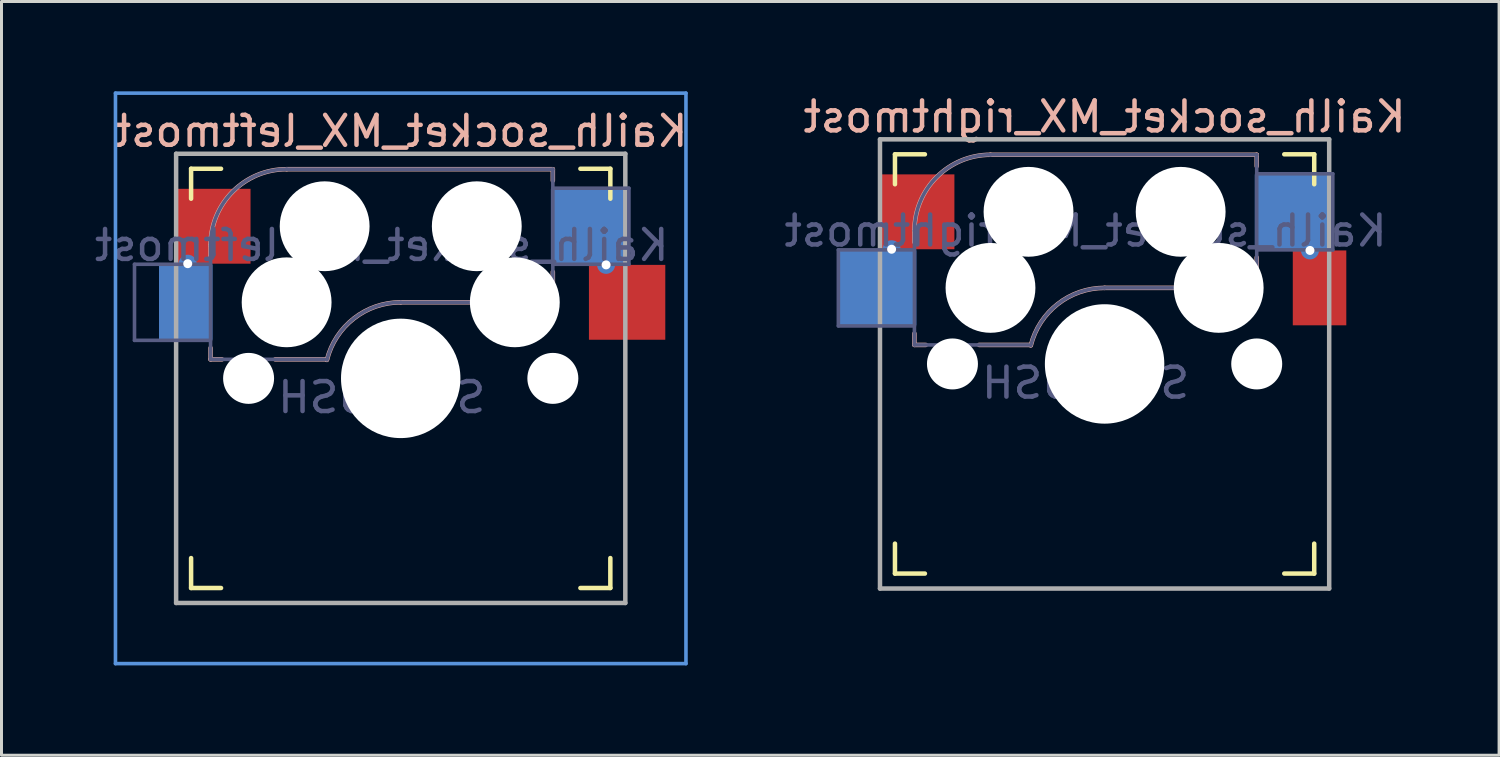
<source format=kicad_pcb>
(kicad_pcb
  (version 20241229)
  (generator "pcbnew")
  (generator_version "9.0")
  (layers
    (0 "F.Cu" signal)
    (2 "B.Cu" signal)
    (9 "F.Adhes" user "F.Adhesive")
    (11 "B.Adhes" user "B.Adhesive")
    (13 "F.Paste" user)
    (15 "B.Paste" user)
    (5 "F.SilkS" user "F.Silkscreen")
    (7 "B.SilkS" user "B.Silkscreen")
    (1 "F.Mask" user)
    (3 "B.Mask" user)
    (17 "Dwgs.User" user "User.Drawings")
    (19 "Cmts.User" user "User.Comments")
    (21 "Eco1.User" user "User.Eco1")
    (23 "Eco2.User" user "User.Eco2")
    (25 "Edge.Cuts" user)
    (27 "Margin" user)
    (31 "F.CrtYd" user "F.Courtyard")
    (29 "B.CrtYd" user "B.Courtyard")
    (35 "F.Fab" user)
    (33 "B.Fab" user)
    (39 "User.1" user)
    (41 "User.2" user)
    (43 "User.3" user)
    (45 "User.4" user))
  (footprint "Kailh_socket_MX_rightmost"
    (layer "F.Cu")
    (at 33.835 9.103)
    (property "Reference" "Kailh_socket_MX_rightmost" (at 0 -8.255 0) (layer "B.SilkS") (effects (font (size 1 1) (thickness 0.15)) (justify mirror)))
    (property "Value" "SW_PUSH" (at 0 8.255 0) (layer "F.Fab") (hide yes) (effects (font (size 1 1) (thickness 0.15))))
    (attr smd)
    (fp_line (start -7 -6) (end -7 -7) (stroke (width 0.15) (type solid)) (layer "F.SilkS"))
    (fp_line (start -7 7) (end -7 6) (stroke (width 0.15) (type solid)) (layer "F.SilkS"))
    (fp_line (start -7 7) (end -6 7) (stroke (width 0.15) (type solid)) (layer "F.SilkS"))
    (fp_line (start -6 -7) (end -7 -7) (stroke (width 0.15) (type solid)) (layer "F.SilkS"))
    (fp_line (start 6 7) (end 7 7) (stroke (width 0.15) (type solid)) (layer "F.SilkS"))
    (fp_line (start 7 -7) (end 6 -7) (stroke (width 0.15) (type solid)) (layer "F.SilkS"))
    (fp_line (start 7 -7) (end 7 -6) (stroke (width 0.15) (type solid)) (layer "F.SilkS"))
    (fp_line (start 7 6) (end 7 7) (stroke (width 0.15) (type solid)) (layer "F.SilkS"))
    (fp_line (start -6.35 -4.445) (end -6.35 -4.064) (stroke (width 0.15) (type solid)) (layer "B.SilkS"))
    (fp_line (start -6.35 -1.016) (end -6.35 -0.635) (stroke (width 0.15) (type solid)) (layer "B.SilkS"))
    (fp_line (start -5.969 -0.635) (end -6.35 -0.635) (stroke (width 0.15) (type solid)) (layer "B.SilkS"))
    (fp_line (start -3.81 -6.985) (end 5.08 -6.985) (stroke (width 0.15) (type solid)) (layer "B.SilkS"))
    (fp_line (start -2.464 -0.635) (end -4.191 -0.635) (stroke (width 0.15) (type solid)) (layer "B.SilkS"))
    (fp_line (start 5.08 -6.985) (end 5.08 -6.604) (stroke (width 0.15) (type solid)) (layer "B.SilkS"))
    (fp_line (start 5.08 -3.556) (end 5.08 -2.54) (stroke (width 0.15) (type solid)) (layer "B.SilkS"))
    (fp_line (start 5.08 -2.54) (end 0 -2.54) (stroke (width 0.15) (type solid)) (layer "B.SilkS"))
    (fp_arc (start -6.35 -4.445) (mid -5.606051 -6.241051) (end -3.81 -6.985) (stroke (width 0.15) (type solid)) (layer "B.SilkS"))
    (fp_arc (start -2.464162 -0.61604) (mid -1.563147 -2.002042) (end 0 -2.54) (stroke (width 0.15) (type solid)) (layer "B.SilkS"))
    (fp_line (start -6.9 6.9) (end -6.9 -6.9) (stroke (width 0.15) (type solid)) (layer "Eco2.User"))
    (fp_line (start -6.9 6.9) (end 6.9 6.9) (stroke (width 0.15) (type solid)) (layer "Eco2.User"))
    (fp_line (start 6.9 -6.9) (end -6.9 -6.9) (stroke (width 0.15) (type solid)) (layer "Eco2.User"))
    (fp_line (start 6.9 -6.9) (end 6.9 6.9) (stroke (width 0.15) (type solid)) (layer "Eco2.User"))
    (fp_line (start -8.89 -3.81) (end -6.35 -3.81) (stroke (width 0.12) (type solid)) (layer "B.Fab"))
    (fp_line (start -8.89 -1.27) (end -8.89 -3.81) (stroke (width 0.12) (type solid)) (layer "B.Fab"))
    (fp_line (start -6.35 -1.27) (end -8.89 -1.27) (stroke (width 0.12) (type solid)) (layer "B.Fab"))
    (fp_line (start -6.35 -0.635) (end -6.35 -4.445) (stroke (width 0.12) (type solid)) (layer "B.Fab"))
    (fp_line (start -6.35 -0.635) (end -2.54 -0.635) (stroke (width 0.12) (type solid)) (layer "B.Fab"))
    (fp_line (start -3.81 -6.985) (end 5.08 -6.985) (stroke (width 0.12) (type solid)) (layer "B.Fab"))
    (fp_line (start 5.08 -6.985) (end 5.08 -2.54) (stroke (width 0.12) (type solid)) (layer "B.Fab"))
    (fp_line (start 5.08 -6.35) (end 7.62 -6.35) (stroke (width 0.12) (type solid)) (layer "B.Fab"))
    (fp_line (start 5.08 -2.54) (end 0 -2.54) (stroke (width 0.12) (type solid)) (layer "B.Fab"))
    (fp_line (start 7.62 -6.35) (end 7.62 -3.81) (stroke (width 0.12) (type solid)) (layer "B.Fab"))
    (fp_line (start 7.62 -3.81) (end 5.08 -3.81) (stroke (width 0.12) (type solid)) (layer "B.Fab"))
    (fp_arc (start -6.35 -4.445) (mid -5.606051 -6.241051) (end -3.81 -6.985) (stroke (width 0.12) (type solid)) (layer "B.Fab"))
    (fp_arc (start -2.464162 -0.61604) (mid -1.563147 -2.002042) (end 0 -2.54) (stroke (width 0.12) (type solid)) (layer "B.Fab"))
    (fp_line (start -7.5 -7.5) (end 7.5 -7.5) (stroke (width 0.15) (type solid)) (layer "F.Fab"))
    (fp_line (start -7.5 7.5) (end -7.5 -7.5) (stroke (width 0.15) (type solid)) (layer "F.Fab"))
    (fp_line (start 7.5 -7.5) (end 7.5 7.5) (stroke (width 0.15) (type solid)) (layer "F.Fab"))
    (fp_line (start 7.5 7.5) (end -7.5 7.5) (stroke (width 0.15) (type solid)) (layer "F.Fab"))
    (fp_text user "${REFERENCE}" (at -0.635 -4.445 0) (layer "B.Fab") (effects (font (size 1 1) (thickness 0.15)) (justify mirror)))
    (fp_text user "${VALUE}" (at -0.635 0.635 0) (layer "B.Fab") (effects (font (size 1 1) (thickness 0.15)) (justify mirror)))
    (pad "" np_thru_hole circle (at -5.08 0) (size 1.702 1.702) (drill 1.702) (layers "*.Cu" "*.Mask"))
    (pad "" np_thru_hole circle (at -3.81 -2.54) (size 3 3) (drill 3) (layers "*.Cu" "*.Mask"))
    (pad "" np_thru_hole circle (at -2.54 -5.08) (size 3 3) (drill 3) (layers "*.Cu" "*.Mask"))
    (pad "" np_thru_hole circle (at 0 0) (size 3.988 3.988) (drill 3.988) (layers "*.Cu" "*.Mask"))
    (pad "" np_thru_hole circle (at 2.54 -5.08) (size 3 3) (drill 3) (layers "*.Cu" "*.Mask"))
    (pad "" np_thru_hole circle (at 3.81 -2.54) (size 3 3) (drill 3) (layers "*.Cu" "*.Mask"))
    (pad "" np_thru_hole circle (at 5.08 0) (size 1.702 1.702) (drill 1.702) (layers "*.Cu" "*.Mask"))
    (pad "1" smd rect (at 6.29 -5.08) (size 2.55 2.5) (layers "B.Cu" "B.Mask" "B.Paste"))
    (pad "1" thru_hole circle (at 6.858 -3.79) (size 0.6 0.6) (drill 0.3) (layers "*.Cu" "*.Mask"))
    (pad "1" smd rect (at 7.178 -2.54) (size 1.787 2.5) (layers "F.Cu" "F.Mask" "F.Paste"))
    (pad "2" smd rect (at -7.56 -2.54) (size 2.55 2.5) (layers "B.Cu" "B.Mask" "B.Paste"))
    (pad "2" thru_hole circle (at -7.112 -3.83) (size 0.6 0.6) (drill 0.3) (layers "*.Cu" "*.Mask"))
    (pad "2" smd rect (at -6.29 -5.08) (size 2.55 2.5) (layers "F.Cu" "F.Mask" "F.Paste")))
  (footprint "Kailh_socket_MX_leftmost"
    (layer "F.Cu")
    (at 10.331 9.585)
    (property "Reference" "Kailh_socket_MX_leftmost" (at 0 -8.255 0) (layer "B.SilkS") (effects (font (size 1 1) (thickness 0.15)) (justify mirror)))
    (property "Value" "SW_PUSH" (at 0 8.255 0) (layer "F.Fab") (hide yes) (effects (font (size 1 1) (thickness 0.15))))
    (attr smd)
    (fp_line (start -7 -6) (end -7 -7) (stroke (width 0.15) (type solid)) (layer "F.SilkS"))
    (fp_line (start -7 7) (end -7 6) (stroke (width 0.15) (type solid)) (layer "F.SilkS"))
    (fp_line (start -7 7) (end -6 7) (stroke (width 0.15) (type solid)) (layer "F.SilkS"))
    (fp_line (start -6 -7) (end -7 -7) (stroke (width 0.15) (type solid)) (layer "F.SilkS"))
    (fp_line (start 6 7) (end 7 7) (stroke (width 0.15) (type solid)) (layer "F.SilkS"))
    (fp_line (start 7 -7) (end 6 -7) (stroke (width 0.15) (type solid)) (layer "F.SilkS"))
    (fp_line (start 7 -7) (end 7 -6) (stroke (width 0.15) (type solid)) (layer "F.SilkS"))
    (fp_line (start 7 6) (end 7 7) (stroke (width 0.15) (type solid)) (layer "F.SilkS"))
    (fp_line (start -6.35 -4.445) (end -6.35 -4.064) (stroke (width 0.15) (type solid)) (layer "B.SilkS"))
    (fp_line (start -6.35 -1.016) (end -6.35 -0.635) (stroke (width 0.15) (type solid)) (layer "B.SilkS"))
    (fp_line (start -5.969 -0.635) (end -6.35 -0.635) (stroke (width 0.15) (type solid)) (layer "B.SilkS"))
    (fp_line (start -3.81 -6.985) (end 5.08 -6.985) (stroke (width 0.15) (type solid)) (layer "B.SilkS"))
    (fp_line (start -2.464 -0.635) (end -4.191 -0.635) (stroke (width 0.15) (type solid)) (layer "B.SilkS"))
    (fp_line (start 5.08 -6.985) (end 5.08 -6.604) (stroke (width 0.15) (type solid)) (layer "B.SilkS"))
    (fp_line (start 5.08 -3.556) (end 5.08 -2.54) (stroke (width 0.15) (type solid)) (layer "B.SilkS"))
    (fp_line (start 5.08 -2.54) (end 0 -2.54) (stroke (width 0.15) (type solid)) (layer "B.SilkS"))
    (fp_arc (start -6.35 -4.445) (mid -5.606051 -6.241051) (end -3.81 -6.985) (stroke (width 0.15) (type solid)) (layer "B.SilkS"))
    (fp_arc (start -2.464162 -0.61604) (mid -1.563147 -2.002042) (end 0 -2.54) (stroke (width 0.15) (type solid)) (layer "B.SilkS"))
    (fp_line (start -9.525 9.525) (end -9.525 -9.525) (stroke (width 0.12) (type solid)) (layer "Cmts.User"))
    (fp_line (start 9.525 -9.525) (end -9.525 -9.525) (stroke (width 0.12) (type solid)) (layer "Cmts.User"))
    (fp_line (start 9.525 9.525) (end -9.525 9.525) (stroke (width 0.12) (type solid)) (layer "Cmts.User"))
    (fp_line (start 9.525 9.525) (end 9.525 -9.525) (stroke (width 0.12) (type solid)) (layer "Cmts.User"))
    (fp_line (start -6.9 6.9) (end -6.9 -6.9) (stroke (width 0.15) (type solid)) (layer "Eco2.User"))
    (fp_line (start -6.9 6.9) (end 6.9 6.9) (stroke (width 0.15) (type solid)) (layer "Eco2.User"))
    (fp_line (start 6.9 -6.9) (end -6.9 -6.9) (stroke (width 0.15) (type solid)) (layer "Eco2.User"))
    (fp_line (start 6.9 -6.9) (end 6.9 6.9) (stroke (width 0.15) (type solid)) (layer "Eco2.User"))
    (fp_line (start -8.89 -3.81) (end -6.35 -3.81) (stroke (width 0.12) (type solid)) (layer "B.Fab"))
    (fp_line (start -8.89 -1.27) (end -8.89 -3.81) (stroke (width 0.12) (type solid)) (layer "B.Fab"))
    (fp_line (start -6.35 -1.27) (end -8.89 -1.27) (stroke (width 0.12) (type solid)) (layer "B.Fab"))
    (fp_line (start -6.35 -0.635) (end -6.35 -4.445) (stroke (width 0.12) (type solid)) (layer "B.Fab"))
    (fp_line (start -6.35 -0.635) (end -2.54 -0.635) (stroke (width 0.12) (type solid)) (layer "B.Fab"))
    (fp_line (start -3.81 -6.985) (end 5.08 -6.985) (stroke (width 0.12) (type solid)) (layer "B.Fab"))
    (fp_line (start 5.08 -6.985) (end 5.08 -2.54) (stroke (width 0.12) (type solid)) (layer "B.Fab"))
    (fp_line (start 5.08 -6.35) (end 7.62 -6.35) (stroke (width 0.12) (type solid)) (layer "B.Fab"))
    (fp_line (start 5.08 -2.54) (end 0 -2.54) (stroke (width 0.12) (type solid)) (layer "B.Fab"))
    (fp_line (start 7.62 -6.35) (end 7.62 -3.81) (stroke (width 0.12) (type solid)) (layer "B.Fab"))
    (fp_line (start 7.62 -3.81) (end 5.08 -3.81) (stroke (width 0.12) (type solid)) (layer "B.Fab"))
    (fp_arc (start -6.35 -4.445) (mid -5.606051 -6.241051) (end -3.81 -6.985) (stroke (width 0.12) (type solid)) (layer "B.Fab"))
    (fp_arc (start -2.464162 -0.61604) (mid -1.563147 -2.002042) (end 0 -2.54) (stroke (width 0.12) (type solid)) (layer "B.Fab"))
    (fp_line (start -7.5 -7.5) (end 7.5 -7.5) (stroke (width 0.15) (type solid)) (layer "F.Fab"))
    (fp_line (start -7.5 7.5) (end -7.5 -7.5) (stroke (width 0.15) (type solid)) (layer "F.Fab"))
    (fp_line (start 7.5 -7.5) (end 7.5 7.5) (stroke (width 0.15) (type solid)) (layer "F.Fab"))
    (fp_line (start 7.5 7.5) (end -7.5 7.5) (stroke (width 0.15) (type solid)) (layer "F.Fab"))
    (fp_text user "${REFERENCE}" (at -0.635 -4.445 0) (layer "B.Fab") (effects (font (size 1 1) (thickness 0.15)) (justify mirror)))
    (fp_text user "${VALUE}" (at -0.635 0.635 0) (layer "B.Fab") (effects (font (size 1 1) (thickness 0.15)) (justify mirror)))
    (pad "" np_thru_hole circle (at -5.08 0) (size 1.702 1.702) (drill 1.702) (layers "*.Cu" "*.Mask"))
    (pad "" np_thru_hole circle (at -3.81 -2.54) (size 3 3) (drill 3) (layers "*.Cu" "*.Mask"))
    (pad "" np_thru_hole circle (at -2.54 -5.08) (size 3 3) (drill 3) (layers "*.Cu" "*.Mask"))
    (pad "" np_thru_hole circle (at 0 0) (size 3.988 3.988) (drill 3.988) (layers "*.Cu" "*.Mask"))
    (pad "" np_thru_hole circle (at 2.54 -5.08) (size 3 3) (drill 3) (layers "*.Cu" "*.Mask"))
    (pad "" np_thru_hole circle (at 3.81 -2.54) (size 3 3) (drill 3) (layers "*.Cu" "*.Mask"))
    (pad "" np_thru_hole circle (at 5.08 0) (size 1.702 1.702) (drill 1.702) (layers "*.Cu" "*.Mask"))
    (pad "1" smd rect (at 6.29 -5.08) (size 2.55 2.5) (layers "B.Cu" "B.Mask" "B.Paste"))
    (pad "1" thru_hole circle (at 6.858 -3.79) (size 0.6 0.6) (drill 0.3) (layers "*.Cu" "*.Mask"))
    (pad "1" smd rect (at 7.56 -2.54) (size 2.55 2.5) (layers "F.Cu" "F.Mask" "F.Paste"))
    (pad "2" smd rect (at -7.178 -2.54) (size 1.787 2.5) (layers "B.Cu" "B.Mask" "B.Paste"))
    (pad "2" thru_hole circle (at -7.112 -3.83) (size 0.6 0.6) (drill 0.3) (layers "*.Cu" "*.Mask"))
    (pad "2" smd rect (at -6.29 -5.08) (size 2.55 2.5) (layers "F.Cu" "F.Mask" "F.Paste")))
  (gr_rect
    (start -3 -3)
    (end 47.008 22.17)
    (stroke (width 0.1) (type default))
    (fill no)
    (layer "Edge.Cuts")))
</source>
